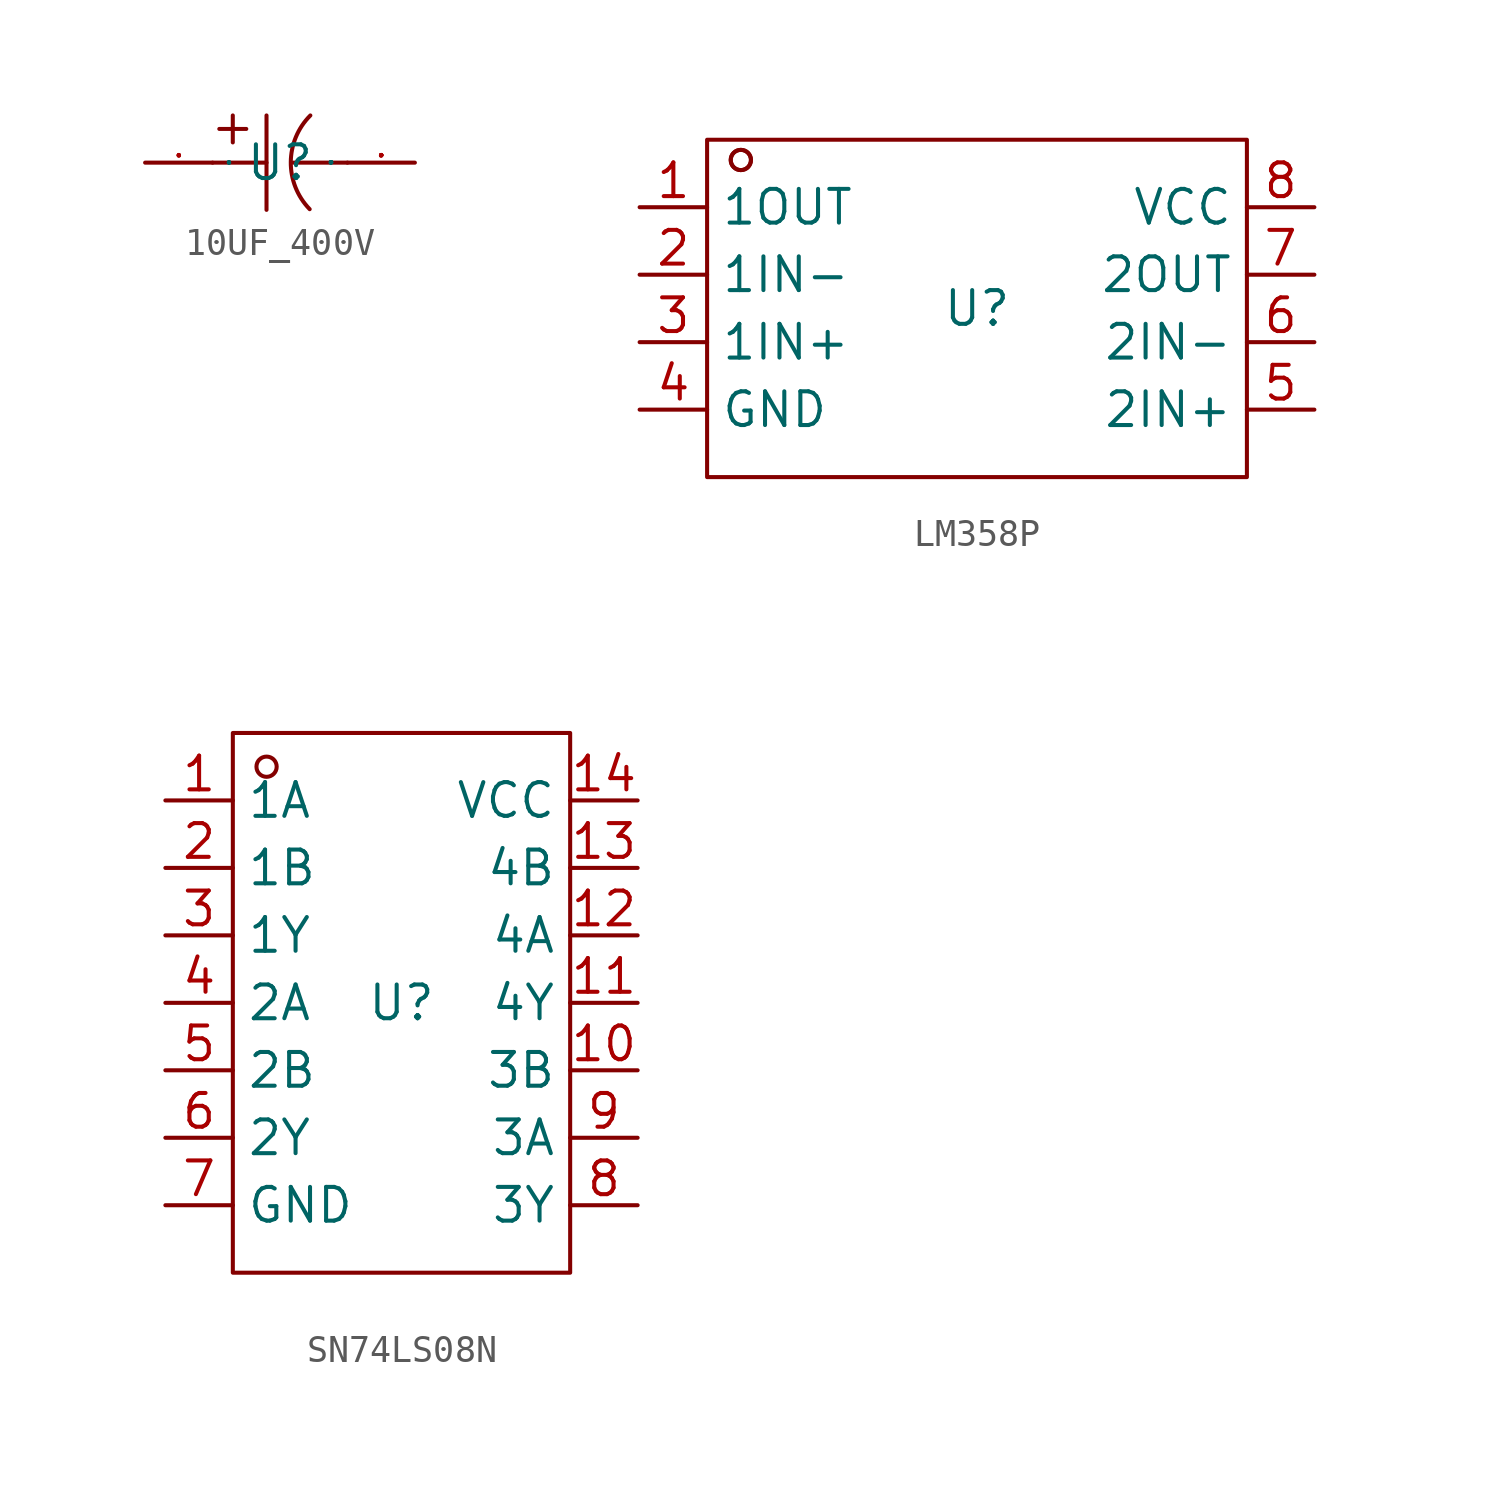
<source format=kicad_sym>
(kicad_symbol_lib
  (version 20241209)
  (generator "kicad_symbol_editor")
  (generator_version "9.0")
  (symbol "10UF_400V"
    (property "Reference" "U"
      (at 0 0 0)
      (effects (font (size 1.27 1.27))))
    (property "Value" ""
      (at 0 0 0)
      (effects (font (size 1.27 1.27))))
    (symbol "10UF_400V_1_0"
      (polyline (pts (xy -2.54 0) (xy -0.508 0)) (stroke (width 0) (type default)) (fill (type none)))
      (polyline (pts (xy -2.286 1.27) (xy -1.27 1.27)) (stroke (width 0) (type default)) (fill (type none)))
      (polyline (pts (xy -1.778 1.778) (xy -1.778 0.762)) (stroke (width 0) (type default)) (fill (type none)))
      (polyline (pts (xy -0.508 1.778) (xy -0.508 -1.778)) (stroke (width 0) (type default)) (fill (type none)))
      (polyline (pts (xy 0.508 0) (xy 2.54 0)) (stroke (width 0) (type default)) (fill (type none)))
      (arc (start 1.1176 -1.7526) (mid 0.4064 0) (end 1.143 1.778) (stroke (width 0) (type default)) (fill (type none)))
      (pin input line (at -5.08 0 0) (length 2.54) (name "1" (effects (font (size 0.025 0.025)))) (number "1" (effects (font (size 0.025 0.025)))))
      (pin input line (at 5.08 0 180) (length 2.54) (name "2" (effects (font (size 0.025 0.025)))) (number "2" (effects (font (size 0.025 0.025)))))))
  (symbol "LM358P"
    (property "Reference" "U"
      (at 0 0 0)
      (effects (font (size 1.27 1.27))))
    (property "Value" ""
      (at 0 0 0)
      (effects (font (size 1.27 1.27))))
    (symbol "LM358P_1_0"
      (rectangle (start -10.16 -6.35) (end 10.16 6.35) (stroke (width 0) (type default)) (fill (type none)))
      (circle (center -8.89 5.588) (radius 0.381) (stroke (width 0) (type default)) (fill (type none)))
      (circle (center -8.89 5.588) (radius 0.381) (stroke (width 0) (type default)) (fill (type none)))
      (pin input line (at -12.7 3.81 0) (length 2.54) (name "1OUT" (effects (font (size 1.27 1.27)))) (number "1" (effects (font (size 1.27 1.27)))))
      (pin input line (at -12.7 1.27 0) (length 2.54) (name "1IN-" (effects (font (size 1.27 1.27)))) (number "2" (effects (font (size 1.27 1.27)))))
      (pin input line (at -12.7 -1.27 0) (length 2.54) (name "1IN+" (effects (font (size 1.27 1.27)))) (number "3" (effects (font (size 1.27 1.27)))))
      (pin input line (at -12.7 -3.81 0) (length 2.54) (name "GND" (effects (font (size 1.27 1.27)))) (number "4" (effects (font (size 1.27 1.27)))))
      (pin input line (at 12.7 3.81 180) (length 2.54) (name "VCC" (effects (font (size 1.27 1.27)))) (number "8" (effects (font (size 1.27 1.27)))))
      (pin input line (at 12.7 1.27 180) (length 2.54) (name "2OUT" (effects (font (size 1.27 1.27)))) (number "7" (effects (font (size 1.27 1.27)))))
      (pin input line (at 12.7 -1.27 180) (length 2.54) (name "2IN-" (effects (font (size 1.27 1.27)))) (number "6" (effects (font (size 1.27 1.27)))))
      (pin input line (at 12.7 -3.81 180) (length 2.54) (name "2IN+" (effects (font (size 1.27 1.27)))) (number "5" (effects (font (size 1.27 1.27)))))))
  (symbol "SN74LS08N"
    (property "Reference" "U"
      (at 0 0 0)
      (effects (font (size 1.27 1.27))))
    (property "Value" ""
      (at 0 0 0)
      (effects (font (size 1.27 1.27))))
    (symbol "SN74LS08N_1_0"
      (rectangle (start -6.35 -10.16) (end 6.35 10.16) (stroke (width 0) (type default)) (fill (type none)))
      (circle (center -5.08 8.89) (radius 0.381) (stroke (width 0) (type default)) (fill (type none)))
      (pin input line (at -8.89 7.62 0) (length 2.54) (name "1A" (effects (font (size 1.27 1.27)))) (number "1" (effects (font (size 1.27 1.27)))))
      (pin input line (at -8.89 5.08 0) (length 2.54) (name "1B" (effects (font (size 1.27 1.27)))) (number "2" (effects (font (size 1.27 1.27)))))
      (pin input line (at -8.89 2.54 0) (length 2.54) (name "1Y" (effects (font (size 1.27 1.27)))) (number "3" (effects (font (size 1.27 1.27)))))
      (pin input line (at -8.89 0 0) (length 2.54) (name "2A" (effects (font (size 1.27 1.27)))) (number "4" (effects (font (size 1.27 1.27)))))
      (pin input line (at -8.89 -2.54 0) (length 2.54) (name "2B" (effects (font (size 1.27 1.27)))) (number "5" (effects (font (size 1.27 1.27)))))
      (pin input line (at -8.89 -5.08 0) (length 2.54) (name "2Y" (effects (font (size 1.27 1.27)))) (number "6" (effects (font (size 1.27 1.27)))))
      (pin input line (at -8.89 -7.62 0) (length 2.54) (name "GND" (effects (font (size 1.27 1.27)))) (number "7" (effects (font (size 1.27 1.27)))))
      (pin input line (at 8.89 7.62 180) (length 2.54) (name "VCC" (effects (font (size 1.27 1.27)))) (number "14" (effects (font (size 1.27 1.27)))))
      (pin input line (at 8.89 5.08 180) (length 2.54) (name "4B" (effects (font (size 1.27 1.27)))) (number "13" (effects (font (size 1.27 1.27)))))
      (pin input line (at 8.89 2.54 180) (length 2.54) (name "4A" (effects (font (size 1.27 1.27)))) (number "12" (effects (font (size 1.27 1.27)))))
      (pin input line (at 8.89 0 180) (length 2.54) (name "4Y" (effects (font (size 1.27 1.27)))) (number "11" (effects (font (size 1.27 1.27)))))
      (pin input line (at 8.89 -2.54 180) (length 2.54) (name "3B" (effects (font (size 1.27 1.27)))) (number "10" (effects (font (size 1.27 1.27)))))
      (pin input line (at 8.89 -5.08 180) (length 2.54) (name "3A" (effects (font (size 1.27 1.27)))) (number "9" (effects (font (size 1.27 1.27)))))
      (pin input line (at 8.89 -7.62 180) (length 2.54) (name "3Y" (effects (font (size 1.27 1.27)))) (number "8" (effects (font (size 1.27 1.27))))))))
</source>
